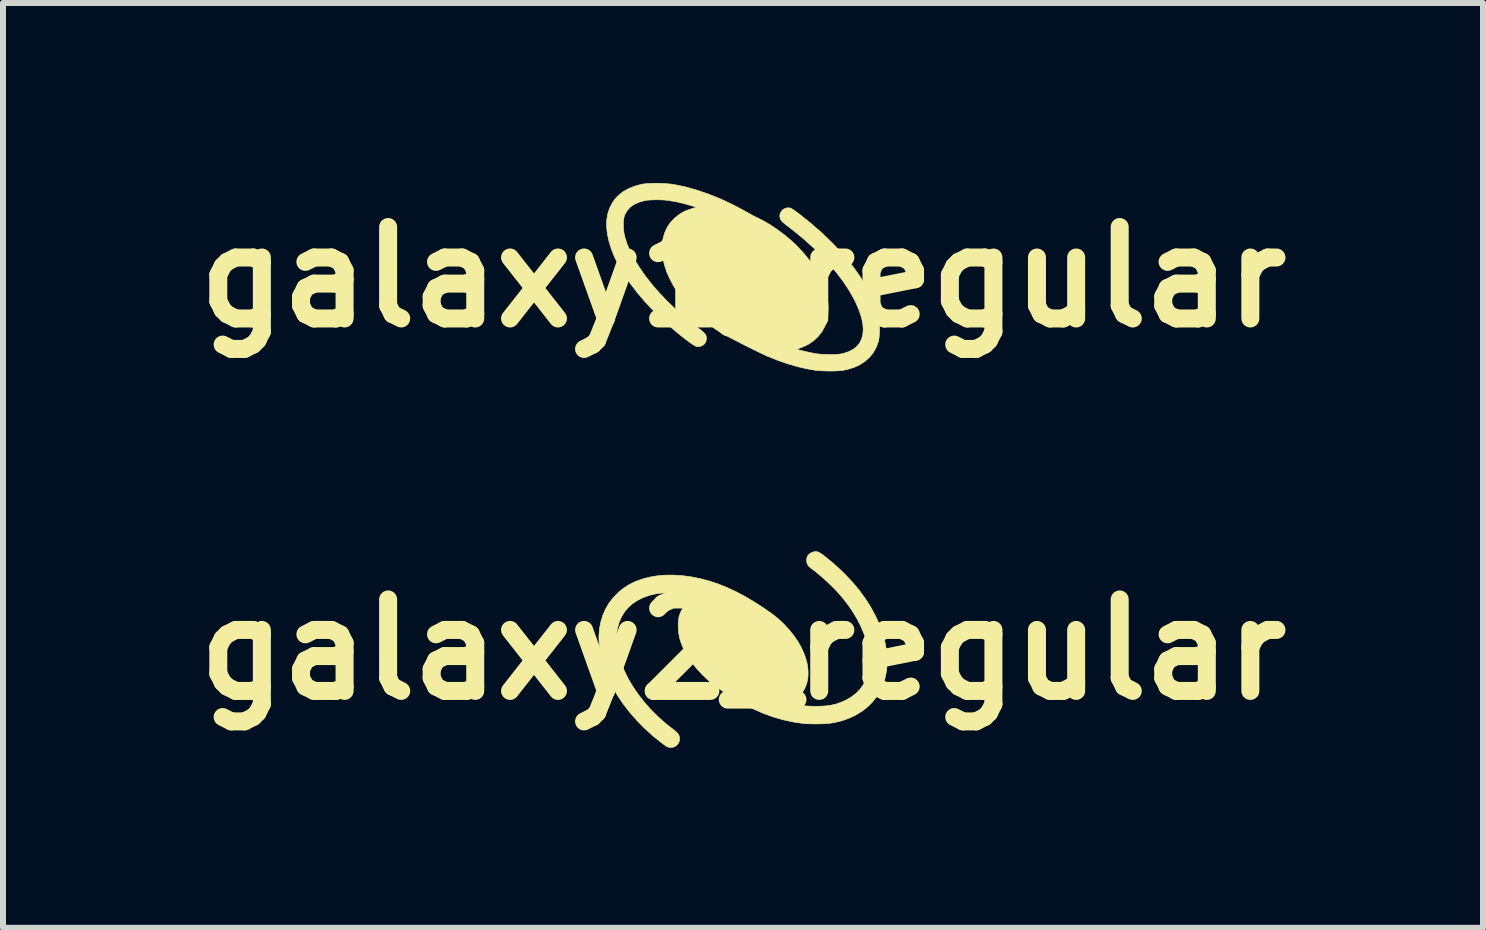
<source format=kicad_pcb>
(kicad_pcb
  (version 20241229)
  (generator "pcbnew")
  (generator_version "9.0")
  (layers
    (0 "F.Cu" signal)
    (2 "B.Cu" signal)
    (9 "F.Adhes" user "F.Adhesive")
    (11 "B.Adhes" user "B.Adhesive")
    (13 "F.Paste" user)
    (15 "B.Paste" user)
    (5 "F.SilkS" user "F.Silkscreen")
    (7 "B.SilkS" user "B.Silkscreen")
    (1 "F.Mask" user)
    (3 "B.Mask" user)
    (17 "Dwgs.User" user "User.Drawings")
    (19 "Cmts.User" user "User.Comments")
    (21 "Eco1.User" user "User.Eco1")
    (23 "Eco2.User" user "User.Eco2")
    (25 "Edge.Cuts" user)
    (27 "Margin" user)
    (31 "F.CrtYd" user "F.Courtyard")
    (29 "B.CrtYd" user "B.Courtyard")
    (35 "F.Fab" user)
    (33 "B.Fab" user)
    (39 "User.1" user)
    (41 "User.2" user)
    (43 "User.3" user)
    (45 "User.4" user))
  (footprint "galaxy2_regular"
    (layer "F.Cu")
    (at 9.333 7.775)
    (property "Reference" "galaxy2_regular" (at 0 0 0) (layer "F.SilkS") (effects (font (size 1.524 1.524) (thickness 0.3))))
    (attr through_hole)
    (fp_poly (pts (xy 1.24 -1.629) (xy 1.258 -1.623) (xy 1.281 -1.61) (xy 1.314 -1.589) (xy 1.354 -1.559) (xy 1.399 -1.524) (xy 1.448 -1.483) (xy 1.501 -1.439) (xy 1.554 -1.392) (xy 1.606 -1.344) (xy 1.657 -1.296) (xy 1.691 -1.263) (xy 1.819 -1.128) (xy 1.934 -0.992) (xy 2.036 -0.852) (xy 2.127 -0.709) (xy 2.208 -0.559) (xy 2.217 -0.541) (xy 2.279 -0.402) (xy 2.328 -0.266) (xy 2.364 -0.132) (xy 2.389 -0.001) (xy 2.401 0.127) (xy 2.401 0.251) (xy 2.389 0.37) (xy 2.365 0.484) (xy 2.33 0.592) (xy 2.283 0.694) (xy 2.225 0.789) (xy 2.155 0.877) (xy 2.074 0.957) (xy 1.982 1.028) (xy 1.88 1.091) (xy 1.833 1.114) (xy 1.762 1.146) (xy 1.692 1.172) (xy 1.62 1.194) (xy 1.54 1.213) (xy 1.484 1.223) (xy 1.44 1.23) (xy 1.384 1.234) (xy 1.321 1.238) (xy 1.252 1.239) (xy 1.183 1.24) (xy 1.115 1.238) (xy 1.052 1.236) (xy 0.997 1.231) (xy 0.994 1.231) (xy 0.829 1.206) (xy 0.666 1.17) (xy 0.503 1.123) (xy 0.34 1.064) (xy 0.174 0.991) (xy 0.12 0.965) (xy 0.046 0.928) (xy -0.024 0.891) (xy -0.091 0.852) (xy -0.161 0.81) (xy -0.236 0.762) (xy -0.304 0.717) (xy -0.371 0.672) (xy -0.427 0.633) (xy -0.476 0.597) (xy -0.519 0.564) (xy -0.559 0.531) (xy -0.597 0.496) (xy -0.638 0.458) (xy -0.672 0.425) (xy -0.766 0.325) (xy -0.847 0.226) (xy -0.916 0.127) (xy -0.973 0.025) (xy -1.007 -0.049) (xy -1.036 -0.122) (xy -1.056 -0.189) (xy -1.069 -0.255) (xy -1.077 -0.326) (xy -1.079 -0.371) (xy -1.08 -0.44) (xy -1.075 -0.499) (xy -1.065 -0.552) (xy -1.048 -0.603) (xy -1.026 -0.652) (xy -0.992 -0.706) (xy -0.948 -0.76) (xy -0.896 -0.808) (xy -0.841 -0.85) (xy -0.79 -0.878) (xy -0.76 -0.891) (xy -0.814 -0.903) (xy -0.908 -0.922) (xy -1.007 -0.935) (xy -1.109 -0.944) (xy -1.209 -0.947) (xy -1.305 -0.945) (xy -1.393 -0.938) (xy -1.444 -0.93) (xy -1.559 -0.904) (xy -1.663 -0.867) (xy -1.757 -0.821) (xy -1.841 -0.765) (xy -1.914 -0.7) (xy -1.976 -0.627) (xy -2.026 -0.544) (xy -2.065 -0.453) (xy -2.092 -0.354) (xy -2.094 -0.343) (xy -2.101 -0.295) (xy -2.105 -0.237) (xy -2.106 -0.174) (xy -2.105 -0.113) (xy -2.1 -0.057) (xy -2.098 -0.04) (xy -2.072 0.09) (xy -2.032 0.222) (xy -1.978 0.354) (xy -1.913 0.487) (xy -1.835 0.618) (xy -1.746 0.748) (xy -1.647 0.875) (xy -1.537 0.999) (xy -1.418 1.118) (xy -1.29 1.232) (xy -1.172 1.325) (xy -1.13 1.358) (xy -1.1 1.385) (xy -1.079 1.41) (xy -1.066 1.434) (xy -1.059 1.46) (xy -1.057 1.487) (xy -1.064 1.533) (xy -1.083 1.571) (xy -1.115 1.603) (xy -1.144 1.621) (xy -1.175 1.63) (xy -1.212 1.632) (xy -1.247 1.626) (xy -1.263 1.62) (xy -1.278 1.611) (xy -1.302 1.595) (xy -1.331 1.574) (xy -1.362 1.551) (xy -1.364 1.55) (xy -1.506 1.436) (xy -1.64 1.313) (xy -1.767 1.184) (xy -1.885 1.05) (xy -1.993 0.911) (xy -2.089 0.77) (xy -2.173 0.627) (xy -2.244 0.483) (xy -2.256 0.456) (xy -2.311 0.314) (xy -2.353 0.176) (xy -2.382 0.04) (xy -2.398 -0.091) (xy -2.402 -0.218) (xy -2.393 -0.34) (xy -2.371 -0.458) (xy -2.337 -0.569) (xy -2.291 -0.675) (xy -2.233 -0.774) (xy -2.162 -0.866) (xy -2.079 -0.95) (xy -2 -1.016) (xy -1.905 -1.078) (xy -1.8 -1.131) (xy -1.686 -1.173) (xy -1.563 -1.206) (xy -1.434 -1.228) (xy -1.297 -1.24) (xy -1.155 -1.241) (xy -1.009 -1.231) (xy -0.86 -1.211) (xy -0.71 -1.181) (xy -0.562 -1.142) (xy -0.414 -1.093) (xy -0.265 -1.033) (xy -0.114 -0.963) (xy 0.039 -0.881) (xy 0.197 -0.787) (xy 0.347 -0.69) (xy 0.413 -0.644) (xy 0.47 -0.605) (xy 0.518 -0.568) (xy 0.562 -0.533) (xy 0.604 -0.496) (xy 0.646 -0.457) (xy 0.686 -0.418) (xy 0.772 -0.325) (xy 0.848 -0.23) (xy 0.914 -0.134) (xy 0.969 -0.038) (xy 1.013 0.058) (xy 1.047 0.153) (xy 1.071 0.245) (xy 1.083 0.336) (xy 1.085 0.423) (xy 1.076 0.506) (xy 1.056 0.584) (xy 1.025 0.656) (xy 0.984 0.723) (xy 0.931 0.782) (xy 0.866 0.834) (xy 0.804 0.87) (xy 0.762 0.891) (xy 0.815 0.903) (xy 0.91 0.923) (xy 1.003 0.936) (xy 1.099 0.943) (xy 1.204 0.946) (xy 1.212 0.946) (xy 1.311 0.944) (xy 1.398 0.937) (xy 1.478 0.925) (xy 1.552 0.908) (xy 1.623 0.883) (xy 1.696 0.852) (xy 1.709 0.846) (xy 1.8 0.794) (xy 1.879 0.735) (xy 1.947 0.667) (xy 2.002 0.59) (xy 2.046 0.505) (xy 2.079 0.411) (xy 2.1 0.308) (xy 2.105 0.274) (xy 2.109 0.172) (xy 2.102 0.065) (xy 2.082 -0.047) (xy 2.051 -0.163) (xy 2.009 -0.281) (xy 1.957 -0.401) (xy 1.895 -0.521) (xy 1.823 -0.64) (xy 1.742 -0.757) (xy 1.653 -0.87) (xy 1.602 -0.929) (xy 1.536 -1) (xy 1.462 -1.074) (xy 1.384 -1.148) (xy 1.304 -1.219) (xy 1.225 -1.285) (xy 1.151 -1.342) (xy 1.127 -1.36) (xy 1.092 -1.391) (xy 1.071 -1.426) (xy 1.061 -1.466) (xy 1.061 -1.499) (xy 1.064 -1.528) (xy 1.07 -1.549) (xy 1.082 -1.568) (xy 1.086 -1.573) (xy 1.118 -1.603) (xy 1.157 -1.623) (xy 1.198 -1.632) (xy 1.24 -1.629)) (stroke (width 0.01) (type solid)) (fill yes) (layer "F.SilkS")))
  (footprint "galaxy1_regular"
    (layer "F.Cu")
    (at 9.333 1.568)
    (property "Reference" "galaxy1_regular" (at 0 0 0) (layer "F.SilkS") (effects (font (size 1.524 1.524) (thickness 0.3))))
    (attr through_hole)
    (fp_poly (pts (xy -1.358 -1.561) (xy -1.282 -1.557) (xy -1.211 -1.551) (xy -1.149 -1.543) (xy -1.147 -1.542) (xy -0.961 -1.504) (xy -0.77 -1.45) (xy -0.574 -1.383) (xy -0.375 -1.303) (xy -0.176 -1.21) (xy 0.022 -1.105) (xy 0.067 -1.08) (xy 0.112 -1.055) (xy 0.156 -1.03) (xy 0.196 -1.009) (xy 0.227 -0.994) (xy 0.234 -0.991) (xy 0.343 -0.936) (xy 0.457 -0.869) (xy 0.572 -0.791) (xy 0.686 -0.706) (xy 0.795 -0.616) (xy 0.883 -0.535) (xy 1.005 -0.406) (xy 1.112 -0.274) (xy 1.205 -0.138) (xy 1.283 0.001) (xy 1.344 0.142) (xy 1.389 0.284) (xy 1.403 0.339) (xy 1.412 0.397) (xy 1.417 0.464) (xy 1.418 0.535) (xy 1.415 0.605) (xy 1.409 0.669) (xy 1.399 0.721) (xy 1.399 0.722) (xy 1.363 0.821) (xy 1.314 0.911) (xy 1.251 0.991) (xy 1.175 1.061) (xy 1.088 1.12) (xy 0.99 1.167) (xy 0.953 1.18) (xy 0.926 1.19) (xy 0.908 1.198) (xy 0.902 1.204) (xy 0.902 1.204) (xy 0.915 1.209) (xy 0.942 1.216) (xy 0.978 1.226) (xy 1.021 1.236) (xy 1.068 1.247) (xy 1.115 1.257) (xy 1.159 1.266) (xy 1.197 1.274) (xy 1.206 1.275) (xy 1.266 1.283) (xy 1.338 1.288) (xy 1.424 1.29) (xy 1.444 1.29) (xy 1.502 1.29) (xy 1.548 1.289) (xy 1.584 1.287) (xy 1.615 1.283) (xy 1.644 1.278) (xy 1.671 1.272) (xy 1.76 1.243) (xy 1.835 1.204) (xy 1.896 1.156) (xy 1.944 1.098) (xy 1.977 1.03) (xy 1.997 0.954) (xy 2.003 0.869) (xy 1.996 0.775) (xy 1.974 0.673) (xy 1.938 0.563) (xy 1.888 0.444) (xy 1.843 0.353) (xy 1.766 0.218) (xy 1.674 0.079) (xy 1.568 -0.062) (xy 1.449 -0.203) (xy 1.32 -0.344) (xy 1.181 -0.482) (xy 1.033 -0.617) (xy 0.878 -0.746) (xy 0.758 -0.84) (xy 0.709 -0.877) (xy 0.673 -0.907) (xy 0.647 -0.932) (xy 0.63 -0.955) (xy 0.62 -0.976) (xy 0.614 -0.995) (xy 0.614 -1.039) (xy 0.628 -1.079) (xy 0.653 -1.113) (xy 0.687 -1.139) (xy 0.728 -1.153) (xy 0.772 -1.154) (xy 0.782 -1.152) (xy 0.804 -1.143) (xy 0.837 -1.123) (xy 0.88 -1.093) (xy 0.926 -1.06) (xy 1.132 -0.895) (xy 1.326 -0.725) (xy 1.506 -0.55) (xy 1.671 -0.371) (xy 1.821 -0.189) (xy 1.877 -0.114) (xy 1.961 0.007) (xy 2.037 0.133) (xy 2.106 0.26) (xy 2.164 0.386) (xy 2.212 0.509) (xy 2.247 0.625) (xy 2.258 0.669) (xy 2.265 0.718) (xy 2.271 0.776) (xy 2.274 0.84) (xy 2.274 0.905) (xy 2.271 0.967) (xy 2.266 1.021) (xy 2.259 1.063) (xy 2.258 1.067) (xy 2.222 1.166) (xy 2.173 1.255) (xy 2.11 1.334) (xy 2.035 1.402) (xy 1.948 1.459) (xy 1.85 1.505) (xy 1.74 1.539) (xy 1.664 1.554) (xy 1.617 1.559) (xy 1.557 1.563) (xy 1.489 1.565) (xy 1.417 1.565) (xy 1.346 1.563) (xy 1.279 1.56) (xy 1.221 1.555) (xy 1.206 1.553) (xy 1.061 1.528) (xy 0.907 1.492) (xy 0.747 1.446) (xy 0.586 1.39) (xy 0.425 1.326) (xy 0.402 1.317) (xy 0.365 1.3) (xy 0.317 1.277) (xy 0.259 1.249) (xy 0.194 1.217) (xy 0.124 1.183) (xy 0.051 1.146) (xy -0.023 1.108) (xy -0.096 1.071) (xy -0.165 1.035) (xy -0.23 1.002) (xy -0.287 0.972) (xy -0.334 0.946) (xy -0.37 0.926) (xy -0.387 0.916) (xy -0.549 0.806) (xy -0.699 0.688) (xy -0.835 0.561) (xy -0.958 0.429) (xy -0.983 0.397) (xy -1.075 0.276) (xy -1.154 0.154) (xy -1.219 0.032) (xy -1.272 -0.088) (xy -1.311 -0.206) (xy -1.336 -0.321) (xy -1.349 -0.432) (xy -1.348 -0.539) (xy -1.334 -0.641) (xy -1.306 -0.737) (xy -1.266 -0.826) (xy -1.212 -0.907) (xy -1.144 -0.98) (xy -1.064 -1.044) (xy -0.998 -1.084) (xy -0.968 -1.098) (xy -0.929 -1.114) (xy -0.886 -1.13) (xy -0.864 -1.137) (xy -0.778 -1.165) (xy -0.866 -1.192) (xy -0.979 -1.224) (xy -1.099 -1.252) (xy -1.217 -1.273) (xy -1.228 -1.275) (xy -1.286 -1.282) (xy -1.352 -1.287) (xy -1.423 -1.289) (xy -1.492 -1.288) (xy -1.556 -1.285) (xy -1.61 -1.28) (xy -1.634 -1.276) (xy -1.727 -1.251) (xy -1.807 -1.215) (xy -1.874 -1.171) (xy -1.926 -1.116) (xy -1.964 -1.053) (xy -1.979 -1.016) (xy -1.988 -0.972) (xy -1.994 -0.916) (xy -1.995 -0.854) (xy -1.991 -0.79) (xy -1.983 -0.728) (xy -1.974 -0.682) (xy -1.934 -0.556) (xy -1.878 -0.426) (xy -1.808 -0.292) (xy -1.724 -0.156) (xy -1.627 -0.017) (xy -1.518 0.122) (xy -1.397 0.261) (xy -1.265 0.4) (xy -1.123 0.536) (xy -0.971 0.67) (xy -0.811 0.8) (xy -0.748 0.848) (xy -0.7 0.885) (xy -0.664 0.915) (xy -0.639 0.94) (xy -0.623 0.963) (xy -0.614 0.985) (xy -0.61 1.01) (xy -0.61 1.024) (xy -0.617 1.069) (xy -0.638 1.108) (xy -0.671 1.137) (xy -0.711 1.154) (xy -0.757 1.158) (xy -0.775 1.156) (xy -0.796 1.148) (xy -0.828 1.129) (xy -0.869 1.102) (xy -0.918 1.066) (xy -0.973 1.024) (xy -1.033 0.977) (xy -1.096 0.926) (xy -1.16 0.871) (xy -1.225 0.816) (xy -1.288 0.759) (xy -1.342 0.709) (xy -1.495 0.558) (xy -1.636 0.407) (xy -1.765 0.256) (xy -1.879 0.106) (xy -1.98 -0.042) (xy -2.067 -0.187) (xy -2.139 -0.33) (xy -2.195 -0.468) (xy -2.234 -0.594) (xy -2.261 -0.721) (xy -2.274 -0.839) (xy -2.272 -0.949) (xy -2.255 -1.052) (xy -2.224 -1.147) (xy -2.179 -1.236) (xy -2.143 -1.289) (xy -2.078 -1.361) (xy -2.001 -1.422) (xy -1.911 -1.473) (xy -1.808 -1.515) (xy -1.692 -1.547) (xy -1.644 -1.554) (xy -1.583 -1.559) (xy -1.512 -1.562) (xy -1.436 -1.563) (xy -1.358 -1.561)) (stroke (width 0.01) (type solid)) (fill yes) (layer "F.SilkS")))
  (gr_rect
    (start -3 -3)
    (end 21.665 12.412)
    (stroke (width 0.1) (type default))
    (fill no)
    (layer "Edge.Cuts")))
</source>
